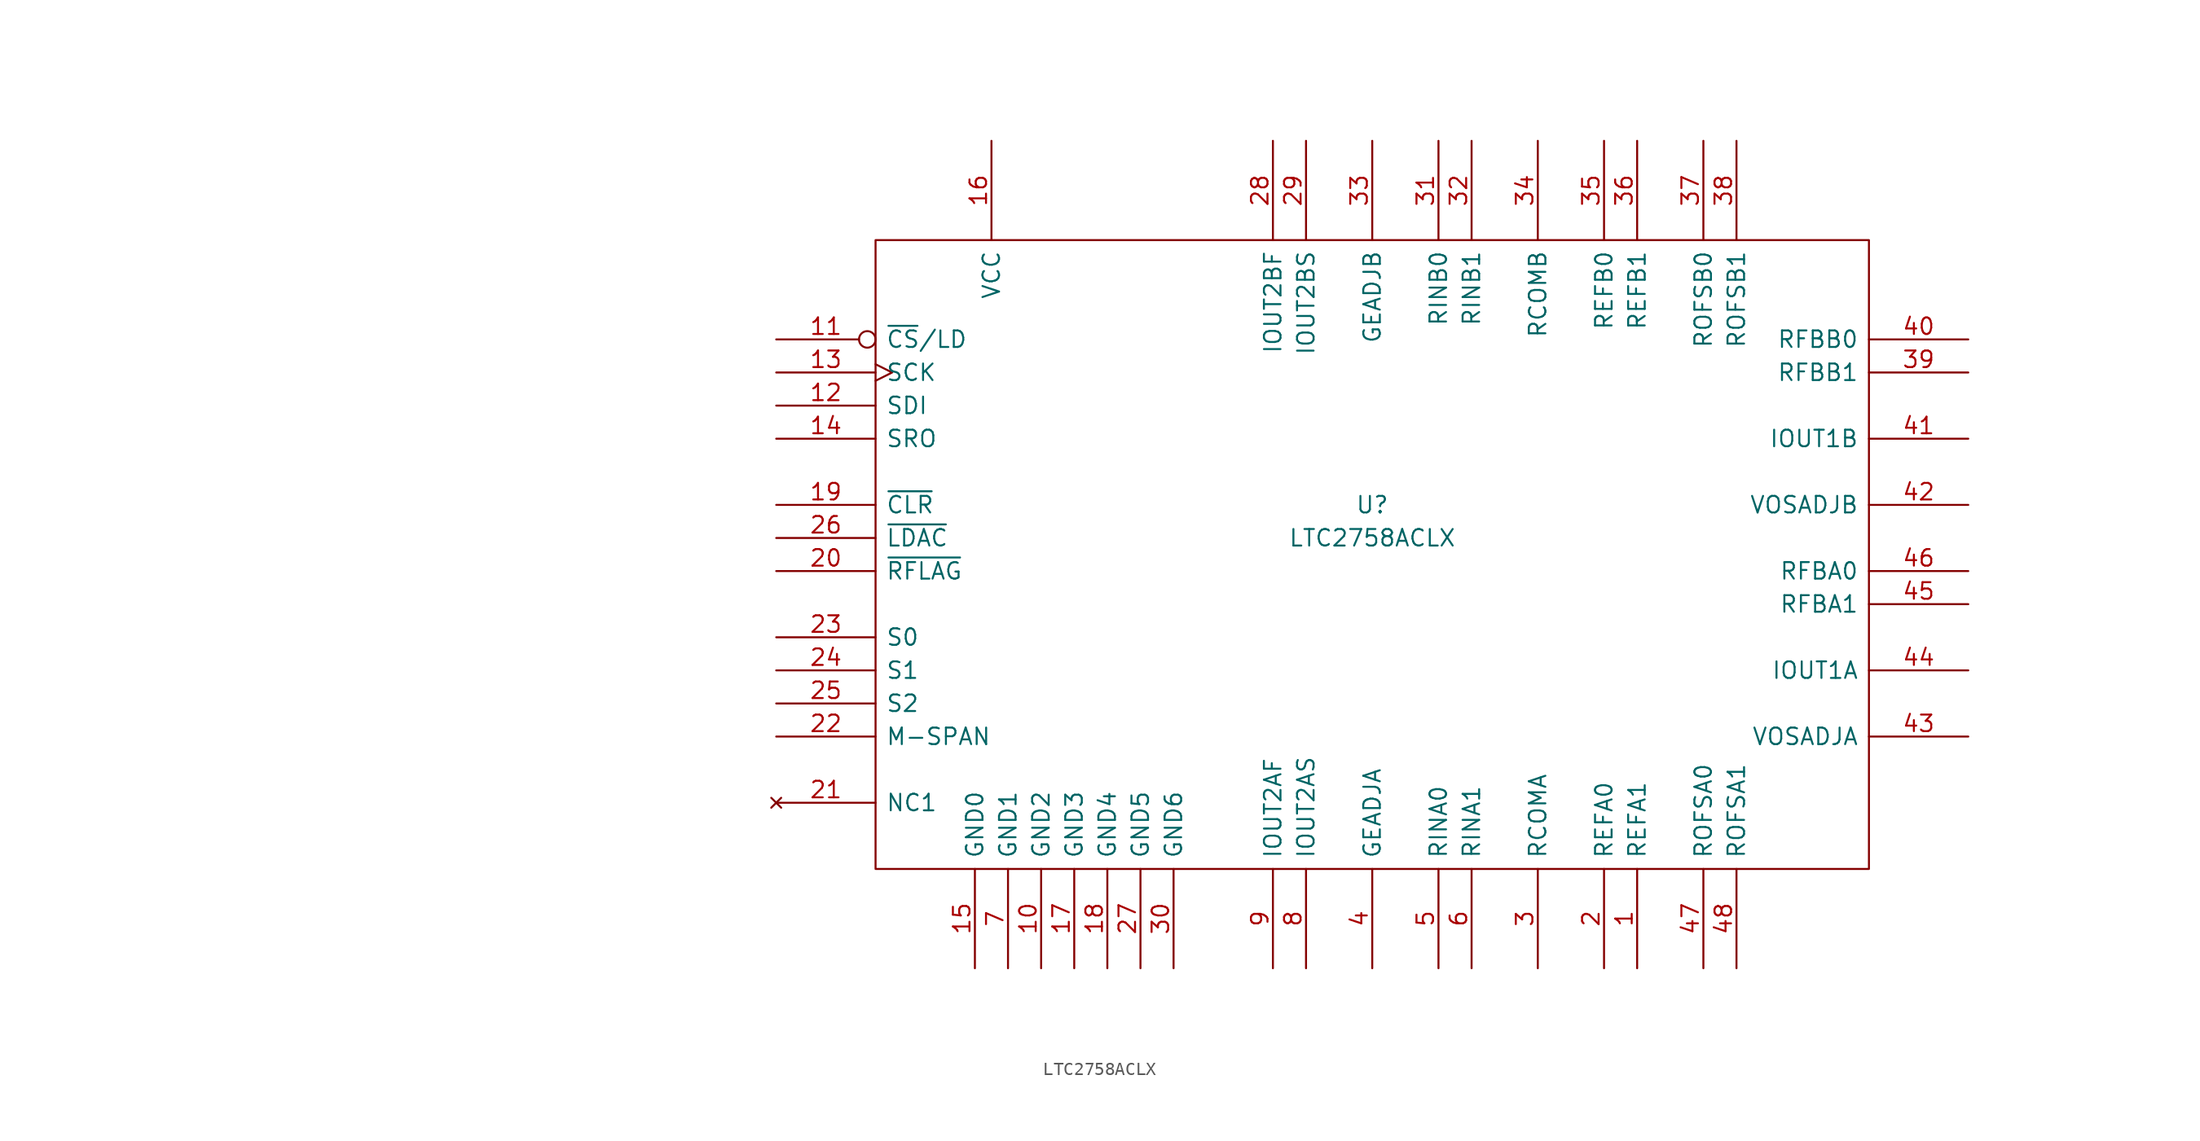
<source format=kicad_sym>
(kicad_symbol_lib
  (version 20211014)
  (generator kicad_symbol_editor)
  (symbol "LTC2758ACLX"
    (pin_names
      (offset 0.762))
    (property "Reference" "U"
      (at 45.72 -12.7 0)
      (effects (font (size 1.27 1.27))))
    (property "Value" "LTC2758ACLX"
      (at 45.72 -15.24 0)
      (effects (font (size 1.27 1.27))))
    (property "Datasheet" ""
      (at -41.91 -1.27 0)
      (effects (font (size 1.27 1.27))))
    (symbol "LTC2758ACLX_0_1"
      (rectangle (start 7.62 7.62) (end 83.82 -40.64) (stroke (width 0) (type default) (color 0 0 0 0)) (fill (type none))))
    (symbol "LTC2758ACLX_1_1"
      (pin input line (at 66.04 -48.26 90) (length 7.62) (name "REFA1" (effects (font (size 1.27 1.27)))) (number "1" (effects (font (size 1.27 1.27)))))
      (pin power_in line (at 20.32 -48.26 90) (length 7.62) (name "GND2" (effects (font (size 1.27 1.27)))) (number "10" (effects (font (size 1.27 1.27)))))
      (pin input inverted (at 0 0 0) (length 7.62) (name "~{CS}/LD" (effects (font (size 1.27 1.27)))) (number "11" (effects (font (size 1.27 1.27)))))
      (pin input line (at 0 -5.08 0) (length 7.62) (name "SDI" (effects (font (size 1.27 1.27)))) (number "12" (effects (font (size 1.27 1.27)))))
      (pin input clock (at 0 -2.54 0) (length 7.62) (name "SCK" (effects (font (size 1.27 1.27)))) (number "13" (effects (font (size 1.27 1.27)))))
      (pin output line (at 0 -7.62 0) (length 7.62) (name "SRO" (effects (font (size 1.27 1.27)))) (number "14" (effects (font (size 1.27 1.27)))))
      (pin power_in line (at 15.24 -48.26 90) (length 7.62) (name "GND0" (effects (font (size 1.27 1.27)))) (number "15" (effects (font (size 1.27 1.27)))))
      (pin power_in line (at 16.51 15.24 270) (length 7.62) (name "VCC" (effects (font (size 1.27 1.27)))) (number "16" (effects (font (size 1.27 1.27)))))
      (pin power_in line (at 22.86 -48.26 90) (length 7.62) (name "GND3" (effects (font (size 1.27 1.27)))) (number "17" (effects (font (size 1.27 1.27)))))
      (pin power_in line (at 25.4 -48.26 90) (length 7.62) (name "GND4" (effects (font (size 1.27 1.27)))) (number "18" (effects (font (size 1.27 1.27)))))
      (pin input line (at 0 -12.7 0) (length 7.62) (name "~{CLR}" (effects (font (size 1.27 1.27)))) (number "19" (effects (font (size 1.27 1.27)))))
      (pin input line (at 63.5 -48.26 90) (length 7.62) (name "REFA0" (effects (font (size 1.27 1.27)))) (number "2" (effects (font (size 1.27 1.27)))))
      (pin input line (at 0 -17.78 0) (length 7.62) (name "~{RFLAG}" (effects (font (size 1.27 1.27)))) (number "20" (effects (font (size 1.27 1.27)))))
      (pin no_connect line (at 0 -35.56 0) (length 7.62) (name "NC1" (effects (font (size 1.27 1.27)))) (number "21" (effects (font (size 1.27 1.27)))))
      (pin input line (at 0 -30.48 0) (length 7.62) (name "M-SPAN" (effects (font (size 1.27 1.27)))) (number "22" (effects (font (size 1.27 1.27)))))
      (pin input line (at 0 -22.86 0) (length 7.62) (name "S0" (effects (font (size 1.27 1.27)))) (number "23" (effects (font (size 1.27 1.27)))))
      (pin input line (at 0 -25.4 0) (length 7.62) (name "S1" (effects (font (size 1.27 1.27)))) (number "24" (effects (font (size 1.27 1.27)))))
      (pin input line (at 0 -27.94 0) (length 7.62) (name "S2" (effects (font (size 1.27 1.27)))) (number "25" (effects (font (size 1.27 1.27)))))
      (pin input line (at 0 -15.24 0) (length 7.62) (name "~{LDAC}" (effects (font (size 1.27 1.27)))) (number "26" (effects (font (size 1.27 1.27)))))
      (pin power_in line (at 27.94 -48.26 90) (length 7.62) (name "GND5" (effects (font (size 1.27 1.27)))) (number "27" (effects (font (size 1.27 1.27)))))
      (pin input line (at 38.1 15.24 270) (length 7.62) (name "IOUT2BF" (effects (font (size 1.27 1.27)))) (number "28" (effects (font (size 1.27 1.27)))))
      (pin input line (at 40.64 15.24 270) (length 7.62) (name "IOUT2BS" (effects (font (size 1.27 1.27)))) (number "29" (effects (font (size 1.27 1.27)))))
      (pin input line (at 58.42 -48.26 90) (length 7.62) (name "RCOMA" (effects (font (size 1.27 1.27)))) (number "3" (effects (font (size 1.27 1.27)))))
      (pin power_in line (at 30.48 -48.26 90) (length 7.62) (name "GND6" (effects (font (size 1.27 1.27)))) (number "30" (effects (font (size 1.27 1.27)))))
      (pin input line (at 50.8 15.24 270) (length 7.62) (name "RINB0" (effects (font (size 1.27 1.27)))) (number "31" (effects (font (size 1.27 1.27)))))
      (pin input line (at 53.34 15.24 270) (length 7.62) (name "RINB1" (effects (font (size 1.27 1.27)))) (number "32" (effects (font (size 1.27 1.27)))))
      (pin input line (at 45.72 15.24 270) (length 7.62) (name "GEADJB" (effects (font (size 1.27 1.27)))) (number "33" (effects (font (size 1.27 1.27)))))
      (pin input line (at 58.42 15.24 270) (length 7.62) (name "RCOMB" (effects (font (size 1.27 1.27)))) (number "34" (effects (font (size 1.27 1.27)))))
      (pin input line (at 63.5 15.24 270) (length 7.62) (name "REFB0" (effects (font (size 1.27 1.27)))) (number "35" (effects (font (size 1.27 1.27)))))
      (pin input line (at 66.04 15.24 270) (length 7.62) (name "REFB1" (effects (font (size 1.27 1.27)))) (number "36" (effects (font (size 1.27 1.27)))))
      (pin input line (at 71.12 15.24 270) (length 7.62) (name "ROFSB0" (effects (font (size 1.27 1.27)))) (number "37" (effects (font (size 1.27 1.27)))))
      (pin input line (at 73.66 15.24 270) (length 7.62) (name "ROFSB1" (effects (font (size 1.27 1.27)))) (number "38" (effects (font (size 1.27 1.27)))))
      (pin input line (at 91.44 -2.54 180) (length 7.62) (name "RFBB1" (effects (font (size 1.27 1.27)))) (number "39" (effects (font (size 1.27 1.27)))))
      (pin input line (at 45.72 -48.26 90) (length 7.62) (name "GEADJA" (effects (font (size 1.27 1.27)))) (number "4" (effects (font (size 1.27 1.27)))))
      (pin input line (at 91.44 0 180) (length 7.62) (name "RFBB0" (effects (font (size 1.27 1.27)))) (number "40" (effects (font (size 1.27 1.27)))))
      (pin output line (at 91.44 -7.62 180) (length 7.62) (name "IOUT1B" (effects (font (size 1.27 1.27)))) (number "41" (effects (font (size 1.27 1.27)))))
      (pin input line (at 91.44 -12.7 180) (length 7.62) (name "VOSADJB" (effects (font (size 1.27 1.27)))) (number "42" (effects (font (size 1.27 1.27)))))
      (pin input line (at 91.44 -30.48 180) (length 7.62) (name "VOSADJA" (effects (font (size 1.27 1.27)))) (number "43" (effects (font (size 1.27 1.27)))))
      (pin output line (at 91.44 -25.4 180) (length 7.62) (name "IOUT1A" (effects (font (size 1.27 1.27)))) (number "44" (effects (font (size 1.27 1.27)))))
      (pin input line (at 91.44 -20.32 180) (length 7.62) (name "RFBA1" (effects (font (size 1.27 1.27)))) (number "45" (effects (font (size 1.27 1.27)))))
      (pin input line (at 91.44 -17.78 180) (length 7.62) (name "RFBA0" (effects (font (size 1.27 1.27)))) (number "46" (effects (font (size 1.27 1.27)))))
      (pin input line (at 71.12 -48.26 90) (length 7.62) (name "ROFSA0" (effects (font (size 1.27 1.27)))) (number "47" (effects (font (size 1.27 1.27)))))
      (pin input line (at 73.66 -48.26 90) (length 7.62) (name "ROFSA1" (effects (font (size 1.27 1.27)))) (number "48" (effects (font (size 1.27 1.27)))))
      (pin input line (at 50.8 -48.26 90) (length 7.62) (name "RINA0" (effects (font (size 1.27 1.27)))) (number "5" (effects (font (size 1.27 1.27)))))
      (pin input line (at 53.34 -48.26 90) (length 7.62) (name "RINA1" (effects (font (size 1.27 1.27)))) (number "6" (effects (font (size 1.27 1.27)))))
      (pin power_in line (at 17.78 -48.26 90) (length 7.62) (name "GND1" (effects (font (size 1.27 1.27)))) (number "7" (effects (font (size 1.27 1.27)))))
      (pin input line (at 40.64 -48.26 90) (length 7.62) (name "IOUT2AS" (effects (font (size 1.27 1.27)))) (number "8" (effects (font (size 1.27 1.27)))))
      (pin input line (at 38.1 -48.26 90) (length 7.62) (name "IOUT2AF" (effects (font (size 1.27 1.27)))) (number "9" (effects (font (size 1.27 1.27))))))))
</source>
